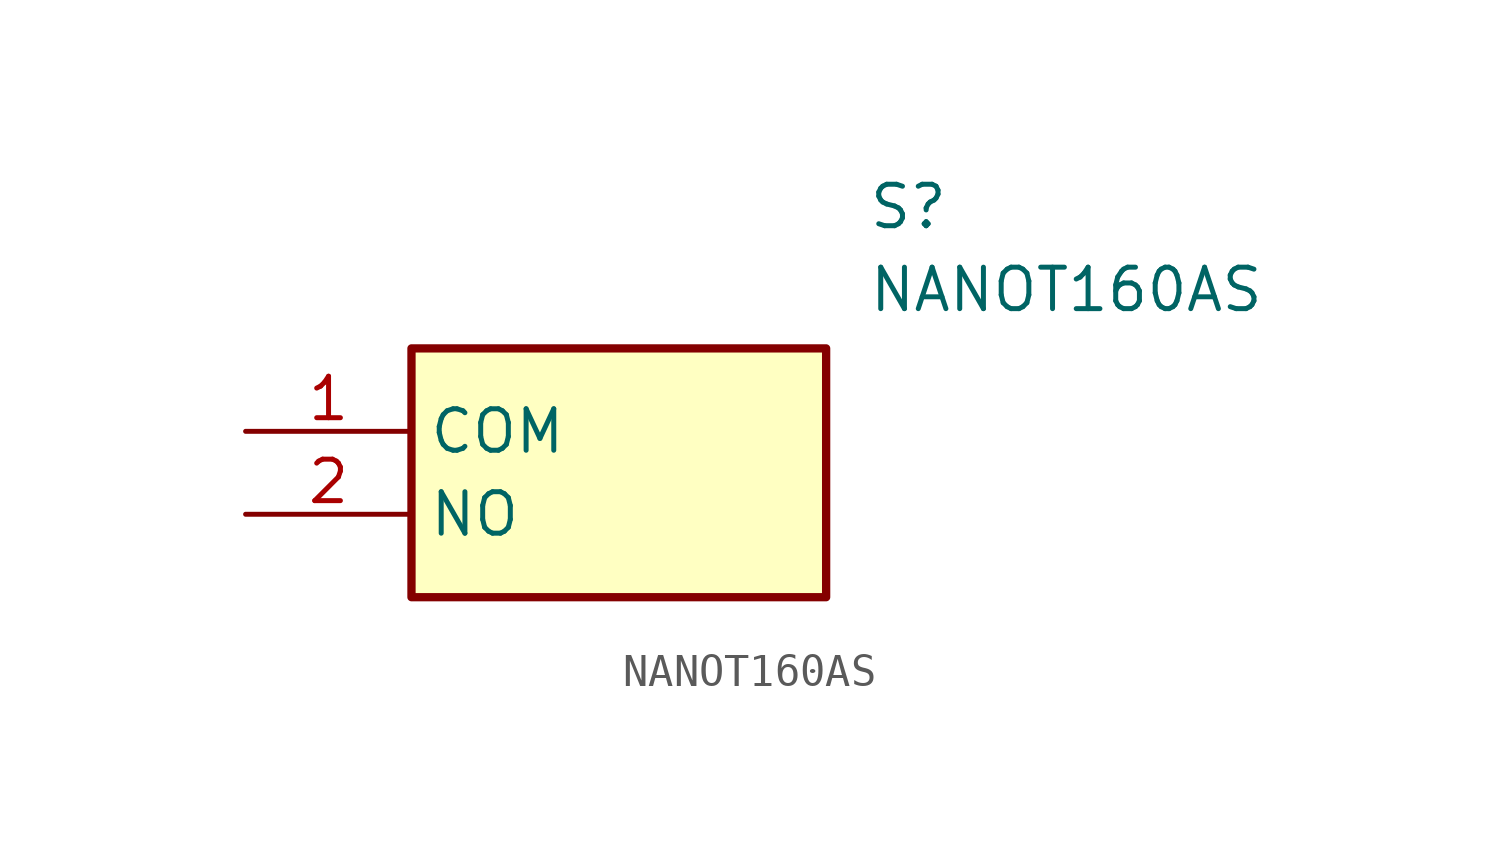
<source format=kicad_sym>
(kicad_symbol_lib
  (version 20211014)
  (generator SamacSys_ECAD_Model)
  (symbol "NANOT160AS"
    (property "Reference" "S"
      (at 19.05 7.62 0)
      (effects (font (size 1.27 1.27)) (justify left top)))
    (property "Value" "NANOT160AS"
      (at 19.05 5.08 0)
      (effects (font (size 1.27 1.27)) (justify left top)))
    (rectangle
      (start 5.08 2.54)
      (end 17.78 -5.08)
      (stroke (width 0.254) (type default))
      (fill (type background)))
    (pin passive line
      (at 0 0 0)
      (length 5.08)
      (name "COM" (effects (font (size 1.27 1.27))))
      (number "1" (effects (font (size 1.27 1.27)))))
    (pin passive line
      (at 0 -2.54 0)
      (length 5.08)
      (name "NO" (effects (font (size 1.27 1.27))))
      (number "2" (effects (font (size 1.27 1.27)))))))
</source>
